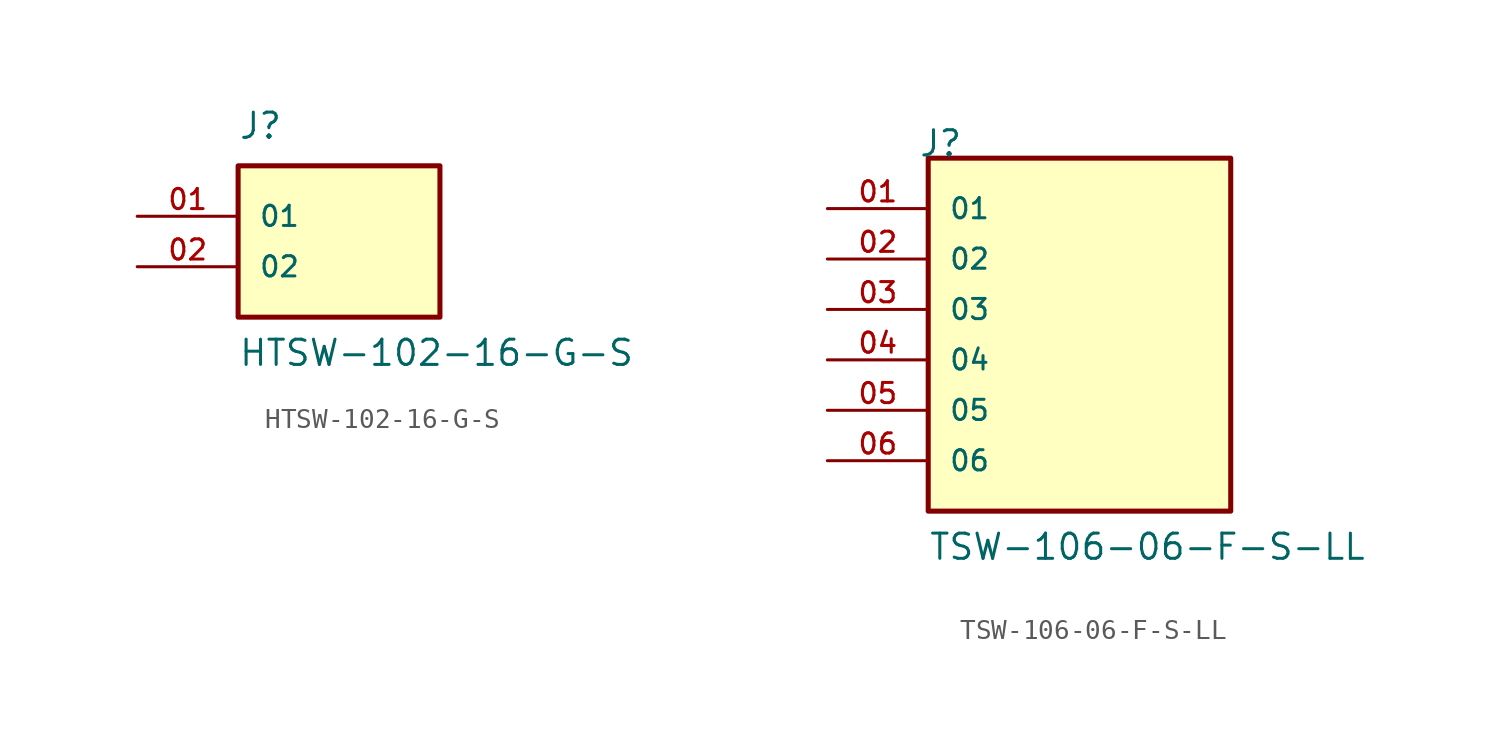
<source format=kicad_sym>
(kicad_symbol_lib
  (version 20220914)
  (generator kicad_symbol_editor)
  (symbol "HTSW-102-16-G-S"
    (pin_names
      (offset 1.016))
    (property "Reference" "J"
      (at -5.08 3.81 0)
      (effects (font (size 1.27 1.27)) (justify left bottom)))
    (property "Value" "HTSW-102-16-G-S"
      (at -5.08 -7.62 0)
      (effects (font (size 1.27 1.27)) (justify left bottom)))
    (symbol "HTSW-102-16-G-S_0_0"
      (rectangle (start -5.08 -5.08) (end 5.08 2.54) (stroke (width 0.254) (type default)) (fill (type background)))
      (pin passive line (at -10.16 0 0) (length 5.08) (name "01" (effects (font (size 1.016 1.016)))) (number "01" (effects (font (size 1.016 1.016)))))
      (pin passive line (at -10.16 -2.54 0) (length 5.08) (name "02" (effects (font (size 1.016 1.016)))) (number "02" (effects (font (size 1.016 1.016)))))))
  (symbol "TSW-106-06-F-S-LL"
    (pin_names
      (offset 1.016))
    (property "Reference" "J"
      (at -8.12 10.16 0)
      (effects (font (size 1.27 1.27)) (justify left bottom)))
    (property "Value" "TSW-106-06-F-S-LL"
      (at -7.62 -10.16 0)
      (effects (font (size 1.27 1.27)) (justify left bottom)))
    (symbol "TSW-106-06-F-S-LL_0_0"
      (rectangle (start -7.62 10.16) (end 7.62 -7.62) (stroke (width 0.254) (type default)) (fill (type background)))
      (pin passive line (at -12.7 7.62 0) (length 5.08) (name "01" (effects (font (size 1.016 1.016)))) (number "01" (effects (font (size 1.016 1.016)))))
      (pin passive line (at -12.7 5.08 0) (length 5.08) (name "02" (effects (font (size 1.016 1.016)))) (number "02" (effects (font (size 1.016 1.016)))))
      (pin passive line (at -12.7 2.54 0) (length 5.08) (name "03" (effects (font (size 1.016 1.016)))) (number "03" (effects (font (size 1.016 1.016)))))
      (pin passive line (at -12.7 0 0) (length 5.08) (name "04" (effects (font (size 1.016 1.016)))) (number "04" (effects (font (size 1.016 1.016)))))
      (pin passive line (at -12.7 -2.54 0) (length 5.08) (name "05" (effects (font (size 1.016 1.016)))) (number "05" (effects (font (size 1.016 1.016)))))
      (pin passive line (at -12.7 -5.08 0) (length 5.08) (name "06" (effects (font (size 1.016 1.016)))) (number "06" (effects (font (size 1.016 1.016))))))))
</source>
